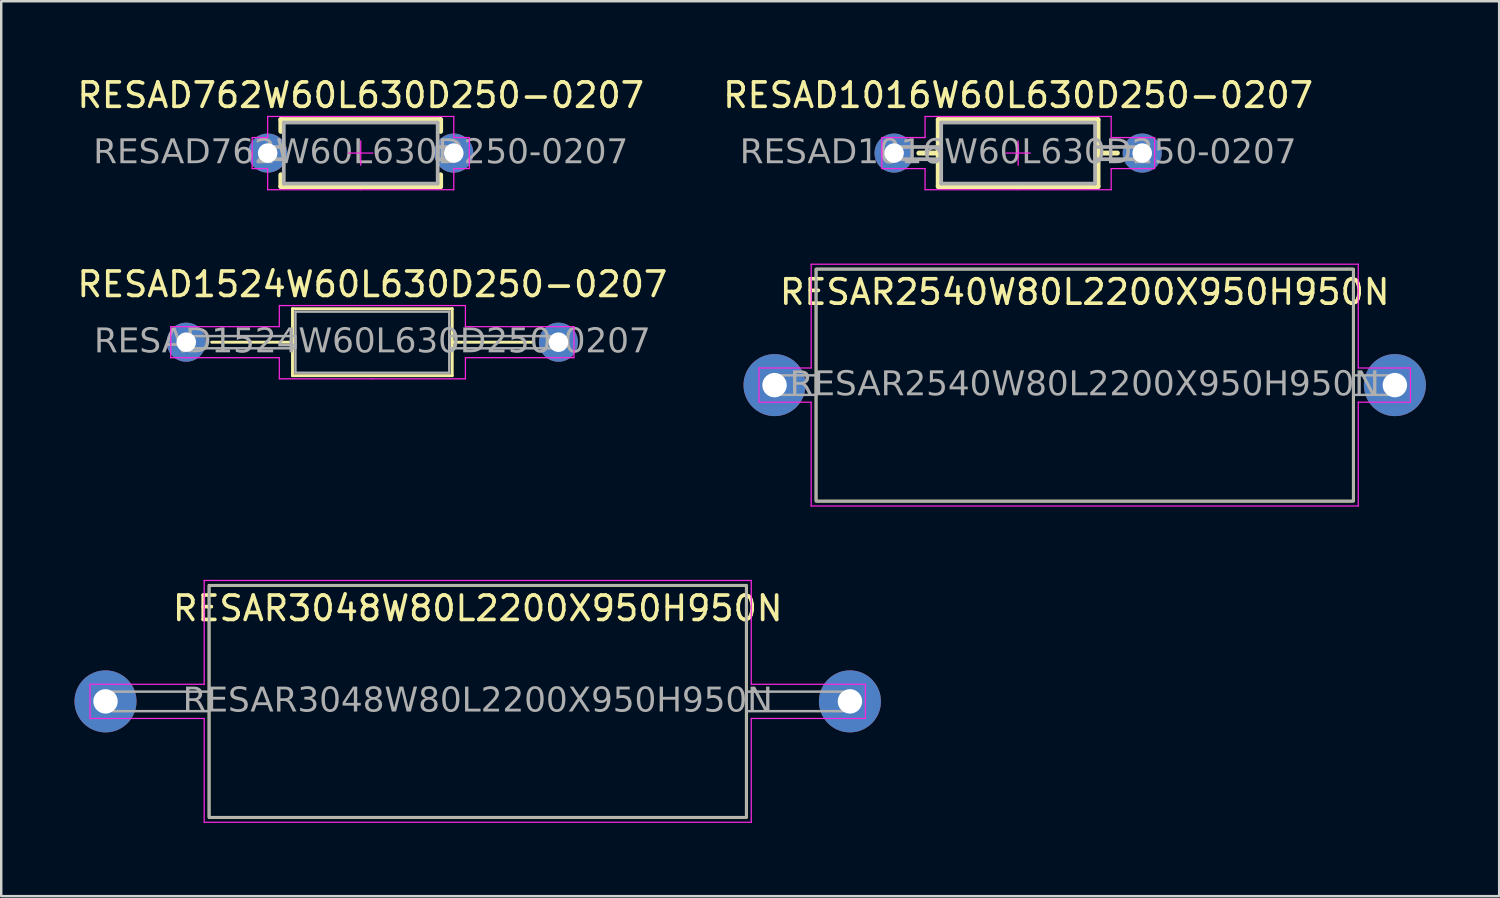
<source format=kicad_pcb>
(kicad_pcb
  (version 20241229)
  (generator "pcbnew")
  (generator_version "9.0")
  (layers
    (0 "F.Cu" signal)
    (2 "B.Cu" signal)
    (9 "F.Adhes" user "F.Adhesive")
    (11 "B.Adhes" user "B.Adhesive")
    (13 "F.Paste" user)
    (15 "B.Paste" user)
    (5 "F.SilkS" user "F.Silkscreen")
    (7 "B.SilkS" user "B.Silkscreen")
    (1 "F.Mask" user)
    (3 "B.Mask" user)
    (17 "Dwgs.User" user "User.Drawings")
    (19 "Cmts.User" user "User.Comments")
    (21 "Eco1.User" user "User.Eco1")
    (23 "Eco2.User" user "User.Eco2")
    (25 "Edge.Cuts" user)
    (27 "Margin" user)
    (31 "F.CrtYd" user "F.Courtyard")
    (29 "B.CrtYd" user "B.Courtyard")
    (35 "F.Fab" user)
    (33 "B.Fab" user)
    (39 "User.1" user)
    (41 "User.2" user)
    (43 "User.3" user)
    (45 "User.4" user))
  (footprint "RESAD762W60L630D250-0207"
    (layer "F.Cu")
    (at 11.72 3.218)
    (property "Reference" "RESAD762W60L630D250-0207" (at 0 -2.37 0) (layer "F.SilkS") (effects (font (size 1 1) (thickness 0.15))))
    (attr through_hole)
    (fp_line (start -3.27 -1.37) (end -3.27 -0.889) (stroke (width 0.203) (type solid)) (layer "F.SilkS"))
    (fp_line (start -3.27 0.889) (end -3.27 1.37) (stroke (width 0.203) (type solid)) (layer "F.SilkS"))
    (fp_line (start -3.27 1.37) (end 3.27 1.37) (stroke (width 0.203) (type solid)) (layer "F.SilkS"))
    (fp_line (start 3.27 -1.37) (end -3.27 -1.37) (stroke (width 0.203) (type solid)) (layer "F.SilkS"))
    (fp_line (start 3.27 -0.889) (end 3.27 -1.37) (stroke (width 0.203) (type solid)) (layer "F.SilkS"))
    (fp_line (start 3.27 1.37) (end 3.27 0.889) (stroke (width 0.203) (type solid)) (layer "F.SilkS"))
    (fp_line (start -4.445 -0.635) (end -4.445 0) (stroke (width 0.05) (type solid)) (layer "F.CrtYd"))
    (fp_line (start -4.445 -0.635) (end -3.81 -0.635) (stroke (width 0.05) (type solid)) (layer "F.CrtYd"))
    (fp_line (start -4.445 0.635) (end -4.445 0) (stroke (width 0.05) (type solid)) (layer "F.CrtYd"))
    (fp_line (start -4.445 0.635) (end -3.81 0.635) (stroke (width 0.05) (type solid)) (layer "F.CrtYd"))
    (fp_line (start -3.81 -1.5) (end -3.81 -0.635) (stroke (width 0.05) (type solid)) (layer "F.CrtYd"))
    (fp_line (start -3.81 1.5) (end -3.81 0.635) (stroke (width 0.05) (type solid)) (layer "F.CrtYd"))
    (fp_line (start 0 -1.5) (end -3.81 -1.5) (stroke (width 0.05) (type solid)) (layer "F.CrtYd"))
    (fp_line (start 0 -1.5) (end 3.81 -1.5) (stroke (width 0.05) (type solid)) (layer "F.CrtYd"))
    (fp_line (start 0 -0.5) (end 0 0.5) (stroke (width 0.05) (type default)) (layer "F.CrtYd"))
    (fp_line (start 0 1.5) (end -3.81 1.5) (stroke (width 0.05) (type solid)) (layer "F.CrtYd"))
    (fp_line (start 0 1.5) (end 3.81 1.5) (stroke (width 0.05) (type solid)) (layer "F.CrtYd"))
    (fp_line (start 0.5 0) (end -0.5 0) (stroke (width 0.05) (type default)) (layer "F.CrtYd"))
    (fp_line (start 3.81 -1.5) (end 3.81 -0.635) (stroke (width 0.05) (type solid)) (layer "F.CrtYd"))
    (fp_line (start 3.81 1.5) (end 3.81 0.635) (stroke (width 0.05) (type solid)) (layer "F.CrtYd"))
    (fp_line (start 4.445 -0.635) (end 3.81 -0.635) (stroke (width 0.05) (type solid)) (layer "F.CrtYd"))
    (fp_line (start 4.445 -0.635) (end 4.445 0) (stroke (width 0.05) (type solid)) (layer "F.CrtYd"))
    (fp_line (start 4.445 0.635) (end 3.81 0.635) (stroke (width 0.05) (type solid)) (layer "F.CrtYd"))
    (fp_line (start 4.445 0.635) (end 4.445 0) (stroke (width 0.05) (type solid)) (layer "F.CrtYd"))
    (fp_line (start -3.15 -1.25) (end -3.15 1.25) (stroke (width 0.152) (type solid)) (layer "F.Fab"))
    (fp_line (start -3.15 1.25) (end 3.15 1.25) (stroke (width 0.152) (type solid)) (layer "F.Fab"))
    (fp_line (start 3.15 -1.25) (end -3.15 -1.25) (stroke (width 0.152) (type solid)) (layer "F.Fab"))
    (fp_line (start 3.15 1.25) (end 3.15 -1.25) (stroke (width 0.152) (type solid)) (layer "F.Fab"))
    (fp_rect (start -3.937 -0.25) (end -3.15 0.25) (stroke (width 0.152) (type solid)) (fill no) (layer "F.Fab"))
    (fp_rect (start 3.15 0.25) (end 3.937 -0.25) (stroke (width 0.152) (type solid)) (fill no) (layer "F.Fab"))
    (fp_text user "${REFERENCE}" (at 0 0 0) (layer "F.Fab") (effects (font (face "Tahoma") (size 1 1) (thickness 0.15))))
    (pad "1" thru_hole circle (at -3.81 0) (size 1.6 1.6) (drill 0.8) (layers "*.Cu" "*.Mask"))
    (pad "2" thru_hole oval (at 3.81 0) (size 1.6 1.6) (drill 0.8) (layers "*.Cu" "*.Mask")))
  (footprint "RESAR2540W80L2200X950H950N"
    (layer "F.Cu")
    (at 41.363 12.718)
    (property "Reference" "RESAR2540W80L2200X950H950N" (at 0 -3.81 0) (layer "F.SilkS") (effects (font (size 1 1) (thickness 0.15))))
    (attr through_hole)
    (fp_rect (start 11 -4.75) (end -11 4.75) (stroke (width 0.12) (type default)) (fill no) (layer "F.SilkS"))
    (fp_line (start -13.335 -0.7) (end -13.335 0.7) (stroke (width 0.05) (type solid)) (layer "F.CrtYd"))
    (fp_line (start -13.335 -0.7) (end -11.2 -0.7) (stroke (width 0.05) (type solid)) (layer "F.CrtYd"))
    (fp_line (start -13.335 0.7) (end -11.2 0.7) (stroke (width 0.05) (type solid)) (layer "F.CrtYd"))
    (fp_line (start -11.2 -4.95) (end -11.2 -0.7) (stroke (width 0.05) (type solid)) (layer "F.CrtYd"))
    (fp_line (start -11.2 -4.95) (end 11.2 -4.95) (stroke (width 0.05) (type solid)) (layer "F.CrtYd"))
    (fp_line (start -11.2 4.95) (end -11.2 0.7) (stroke (width 0.05) (type solid)) (layer "F.CrtYd"))
    (fp_line (start -11.2 4.95) (end 11.2 4.95) (stroke (width 0.05) (type solid)) (layer "F.CrtYd"))
    (fp_line (start 11.2 -4.95) (end 11.2 -0.7) (stroke (width 0.05) (type solid)) (layer "F.CrtYd"))
    (fp_line (start 11.2 4.95) (end 11.2 0.7) (stroke (width 0.05) (type solid)) (layer "F.CrtYd"))
    (fp_line (start 13.335 -0.7) (end 11.2 -0.7) (stroke (width 0.05) (type solid)) (layer "F.CrtYd"))
    (fp_line (start 13.335 -0.7) (end 13.335 0.7) (stroke (width 0.05) (type solid)) (layer "F.CrtYd"))
    (fp_line (start 13.335 0.7) (end 11.2 0.7) (stroke (width 0.05) (type solid)) (layer "F.CrtYd"))
    (fp_rect (start -11 -0.4) (end -12.422 0.4) (stroke (width 0.1) (type solid)) (fill no) (layer "F.Fab"))
    (fp_rect (start 11 -4.75) (end -11 4.75) (stroke (width 0.1) (type default)) (fill no) (layer "F.Fab"))
    (fp_rect (start 11 -0.4) (end 12.422 0.4) (stroke (width 0.1) (type solid)) (fill no) (layer "F.Fab"))
    (fp_text user "${REFERENCE}" (at 0 0 0) (layer "F.Fab") (effects (font (face "Tahoma") (size 1 1) (thickness 0.15))))
    (pad "1" thru_hole circle (at -12.7 0) (size 2.54 2.54) (drill 1) (layers "*.Cu" "*.Mask"))
    (pad "2" thru_hole oval (at 12.7 0) (size 2.54 2.54) (drill 1) (layers "*.Cu" "*.Mask")))
  (footprint "RESAR3048W80L2200X950H950N"
    (layer "F.Cu")
    (at 16.51 25.668)
    (property "Reference" "RESAR3048W80L2200X950H950N" (at 0 -3.81 0) (layer "F.SilkS") (effects (font (size 1 1) (thickness 0.15))))
    (attr through_hole)
    (fp_rect (start 11 -4.75) (end -11 4.75) (stroke (width 0.12) (type default)) (fill no) (layer "F.SilkS"))
    (fp_line (start -15.875 -0.7) (end -15.875 0.7) (stroke (width 0.05) (type solid)) (layer "F.CrtYd"))
    (fp_line (start -15.875 -0.7) (end -11.2 -0.7) (stroke (width 0.05) (type solid)) (layer "F.CrtYd"))
    (fp_line (start -15.875 0.7) (end -11.2 0.7) (stroke (width 0.05) (type solid)) (layer "F.CrtYd"))
    (fp_line (start -11.2 -4.95) (end -11.2 -0.7) (stroke (width 0.05) (type solid)) (layer "F.CrtYd"))
    (fp_line (start -11.2 -4.95) (end 11.2 -4.95) (stroke (width 0.05) (type solid)) (layer "F.CrtYd"))
    (fp_line (start -11.2 4.95) (end -11.2 0.7) (stroke (width 0.05) (type solid)) (layer "F.CrtYd"))
    (fp_line (start -11.2 4.95) (end 11.2 4.95) (stroke (width 0.05) (type solid)) (layer "F.CrtYd"))
    (fp_line (start 11.2 -4.95) (end 11.2 -0.7) (stroke (width 0.05) (type solid)) (layer "F.CrtYd"))
    (fp_line (start 11.2 4.95) (end 11.2 0.7) (stroke (width 0.05) (type solid)) (layer "F.CrtYd"))
    (fp_line (start 15.875 -0.7) (end 11.2 -0.7) (stroke (width 0.05) (type solid)) (layer "F.CrtYd"))
    (fp_line (start 15.875 -0.7) (end 15.875 0.7) (stroke (width 0.05) (type solid)) (layer "F.CrtYd"))
    (fp_line (start 15.875 0.7) (end 11.2 0.7) (stroke (width 0.05) (type solid)) (layer "F.CrtYd"))
    (fp_rect (start -11 -0.4) (end -14.962 0.4) (stroke (width 0.1) (type solid)) (fill no) (layer "F.Fab"))
    (fp_rect (start 11 -4.75) (end -11 4.75) (stroke (width 0.1) (type default)) (fill no) (layer "F.Fab"))
    (fp_rect (start 11 -0.4) (end 14.962 0.4) (stroke (width 0.1) (type solid)) (fill no) (layer "F.Fab"))
    (fp_text user "${REFERENCE}" (at 0 0 0) (layer "F.Fab") (effects (font (face "Tahoma") (size 1 1) (thickness 0.15))))
    (pad "1" thru_hole circle (at -15.24 0) (size 2.54 2.54) (drill 1) (layers "*.Cu" "*.Mask"))
    (pad "2" thru_hole oval (at 15.24 0) (size 2.54 2.54) (drill 1) (layers "*.Cu" "*.Mask")))
  (footprint "RESAD1524W60L630D250-0207"
    (layer "F.Cu")
    (at 12.196 10.961)
    (property "Reference" "RESAD1524W60L630D250-0207" (at 0 -2.37 0) (layer "F.SilkS") (effects (font (size 1 1) (thickness 0.15))))
    (attr through_hole)
    (fp_line (start -6.58 0) (end -3.27 0) (stroke (width 0.12) (type solid)) (layer "F.SilkS"))
    (fp_line (start -3.27 -1.37) (end -3.27 1.37) (stroke (width 0.12) (type solid)) (layer "F.SilkS"))
    (fp_line (start -3.27 1.37) (end 3.27 1.37) (stroke (width 0.12) (type solid)) (layer "F.SilkS"))
    (fp_line (start 3.27 -1.37) (end -3.27 -1.37) (stroke (width 0.12) (type solid)) (layer "F.SilkS"))
    (fp_line (start 3.27 1.37) (end 3.27 -1.37) (stroke (width 0.12) (type solid)) (layer "F.SilkS"))
    (fp_line (start 6.58 0) (end 3.27 0) (stroke (width 0.12) (type solid)) (layer "F.SilkS"))
    (fp_line (start -8.255 -0.635) (end -8.255 0) (stroke (width 0.05) (type solid)) (layer "F.CrtYd"))
    (fp_line (start -8.255 -0.635) (end -3.81 -0.635) (stroke (width 0.05) (type solid)) (layer "F.CrtYd"))
    (fp_line (start -8.255 0.635) (end -8.255 0) (stroke (width 0.05) (type solid)) (layer "F.CrtYd"))
    (fp_line (start -8.255 0.635) (end -3.81 0.635) (stroke (width 0.05) (type solid)) (layer "F.CrtYd"))
    (fp_line (start -3.81 -1.5) (end -3.81 -0.635) (stroke (width 0.05) (type solid)) (layer "F.CrtYd"))
    (fp_line (start -3.81 1.5) (end -3.81 0.635) (stroke (width 0.05) (type solid)) (layer "F.CrtYd"))
    (fp_line (start 0 -1.5) (end -3.81 -1.5) (stroke (width 0.05) (type solid)) (layer "F.CrtYd"))
    (fp_line (start 0 -1.5) (end 3.81 -1.5) (stroke (width 0.05) (type solid)) (layer "F.CrtYd"))
    (fp_line (start 0 1.5) (end -3.81 1.5) (stroke (width 0.05) (type solid)) (layer "F.CrtYd"))
    (fp_line (start 0 1.5) (end 3.81 1.5) (stroke (width 0.05) (type solid)) (layer "F.CrtYd"))
    (fp_line (start 3.81 -1.5) (end 3.81 -0.635) (stroke (width 0.05) (type solid)) (layer "F.CrtYd"))
    (fp_line (start 3.81 1.5) (end 3.81 0.635) (stroke (width 0.05) (type solid)) (layer "F.CrtYd"))
    (fp_line (start 8.255 -0.635) (end 3.81 -0.635) (stroke (width 0.05) (type solid)) (layer "F.CrtYd"))
    (fp_line (start 8.255 -0.635) (end 8.255 0) (stroke (width 0.05) (type solid)) (layer "F.CrtYd"))
    (fp_line (start 8.255 0.635) (end 3.81 0.635) (stroke (width 0.05) (type solid)) (layer "F.CrtYd"))
    (fp_line (start 8.255 0.635) (end 8.255 0) (stroke (width 0.05) (type solid)) (layer "F.CrtYd"))
    (fp_line (start -3.15 -1.25) (end -3.15 1.25) (stroke (width 0.1) (type solid)) (layer "F.Fab"))
    (fp_line (start -3.15 1.25) (end 3.15 1.25) (stroke (width 0.1) (type solid)) (layer "F.Fab"))
    (fp_line (start 3.15 -1.25) (end -3.15 -1.25) (stroke (width 0.1) (type solid)) (layer "F.Fab"))
    (fp_line (start 3.15 1.25) (end 3.15 -1.25) (stroke (width 0.1) (type solid)) (layer "F.Fab"))
    (fp_rect (start -7.62 -0.25) (end -3.15 0.25) (stroke (width 0.1) (type solid)) (fill no) (layer "F.Fab"))
    (fp_rect (start 7.62 0.25) (end 3.15 -0.25) (stroke (width 0.1) (type solid)) (fill no) (layer "F.Fab"))
    (fp_text user "${REFERENCE}" (at 0 0 0) (layer "F.Fab") (effects (font (face "Tahoma") (size 1 1) (thickness 0.15))))
    (pad "1" thru_hole circle (at -7.62 0) (size 1.6 1.6) (drill 0.8) (layers "*.Cu" "*.Mask"))
    (pad "2" thru_hole oval (at 7.62 0) (size 1.6 1.6) (drill 0.8) (layers "*.Cu" "*.Mask")))
  (footprint "RESAD1016W60L630D250-0207"
    (layer "F.Cu")
    (at 38.637 3.218)
    (property "Reference" "RESAD1016W60L630D250-0207" (at 0 -2.37 0) (layer "F.SilkS") (effects (font (size 1 1) (thickness 0.15))))
    (attr through_hole)
    (fp_line (start -4.064 0) (end -3.27 0) (stroke (width 0.203) (type solid)) (layer "F.SilkS"))
    (fp_line (start -3.27 -1.37) (end -3.27 1.37) (stroke (width 0.203) (type solid)) (layer "F.SilkS"))
    (fp_line (start -3.27 1.37) (end 3.27 1.37) (stroke (width 0.203) (type solid)) (layer "F.SilkS"))
    (fp_line (start 3.27 -1.37) (end -3.27 -1.37) (stroke (width 0.203) (type solid)) (layer "F.SilkS"))
    (fp_line (start 3.27 1.37) (end 3.27 -1.37) (stroke (width 0.203) (type solid)) (layer "F.SilkS"))
    (fp_line (start 4.064 0) (end 3.27 0) (stroke (width 0.203) (type solid)) (layer "F.SilkS"))
    (fp_line (start -5.58 -0.635) (end -5.58 0) (stroke (width 0.05) (type solid)) (layer "F.CrtYd"))
    (fp_line (start -5.58 -0.635) (end -3.81 -0.635) (stroke (width 0.05) (type solid)) (layer "F.CrtYd"))
    (fp_line (start -5.58 0.635) (end -5.58 0) (stroke (width 0.05) (type solid)) (layer "F.CrtYd"))
    (fp_line (start -5.58 0.635) (end -3.81 0.635) (stroke (width 0.05) (type solid)) (layer "F.CrtYd"))
    (fp_line (start -3.81 -1.5) (end -3.81 -0.635) (stroke (width 0.05) (type solid)) (layer "F.CrtYd"))
    (fp_line (start -3.81 1.5) (end -3.81 0.635) (stroke (width 0.05) (type solid)) (layer "F.CrtYd"))
    (fp_line (start 0 -1.5) (end -3.81 -1.5) (stroke (width 0.05) (type solid)) (layer "F.CrtYd"))
    (fp_line (start 0 -1.5) (end 3.81 -1.5) (stroke (width 0.05) (type solid)) (layer "F.CrtYd"))
    (fp_line (start 0 -0.5) (end 0 0.5) (stroke (width 0.05) (type default)) (layer "F.CrtYd"))
    (fp_line (start 0 1.5) (end -3.81 1.5) (stroke (width 0.05) (type solid)) (layer "F.CrtYd"))
    (fp_line (start 0 1.5) (end 3.81 1.5) (stroke (width 0.05) (type solid)) (layer "F.CrtYd"))
    (fp_line (start 0.5 0) (end -0.5 0) (stroke (width 0.05) (type default)) (layer "F.CrtYd"))
    (fp_line (start 3.81 -1.5) (end 3.81 -0.635) (stroke (width 0.05) (type solid)) (layer "F.CrtYd"))
    (fp_line (start 3.81 1.5) (end 3.81 0.635) (stroke (width 0.05) (type solid)) (layer "F.CrtYd"))
    (fp_line (start 5.588 -0.635) (end 3.81 -0.635) (stroke (width 0.05) (type solid)) (layer "F.CrtYd"))
    (fp_line (start 5.588 -0.635) (end 5.588 0) (stroke (width 0.05) (type solid)) (layer "F.CrtYd"))
    (fp_line (start 5.588 0.635) (end 3.81 0.635) (stroke (width 0.05) (type solid)) (layer "F.CrtYd"))
    (fp_line (start 5.588 0.635) (end 5.588 0) (stroke (width 0.05) (type solid)) (layer "F.CrtYd"))
    (fp_line (start -3.15 -1.25) (end -3.15 1.25) (stroke (width 0.152) (type solid)) (layer "F.Fab"))
    (fp_line (start -3.15 1.25) (end 3.15 1.25) (stroke (width 0.152) (type solid)) (layer "F.Fab"))
    (fp_line (start 3.15 -1.25) (end -3.15 -1.25) (stroke (width 0.152) (type solid)) (layer "F.Fab"))
    (fp_line (start 3.15 1.25) (end 3.15 -1.25) (stroke (width 0.152) (type solid)) (layer "F.Fab"))
    (fp_rect (start -5.08 -0.25) (end -3.15 0.25) (stroke (width 0.152) (type solid)) (fill no) (layer "F.Fab"))
    (fp_rect (start 3.15 0.25) (end 5.08 -0.25) (stroke (width 0.152) (type solid)) (fill no) (layer "F.Fab"))
    (fp_text user "${REFERENCE}" (at 0 0 0) (layer "F.Fab") (effects (font (face "Tahoma") (size 1 1) (thickness 0.15))))
    (pad "1" thru_hole circle (at -5.08 0) (size 1.6 1.6) (drill 0.8) (layers "*.Cu" "*.Mask"))
    (pad "2" thru_hole oval (at 5.08 0) (size 1.6 1.6) (drill 0.8) (layers "*.Cu" "*.Mask")))
  (gr_rect
    (start -3 -3)
    (end 58.333 33.643)
    (stroke (width 0.1) (type default))
    (fill no)
    (layer "Edge.Cuts")))
</source>
